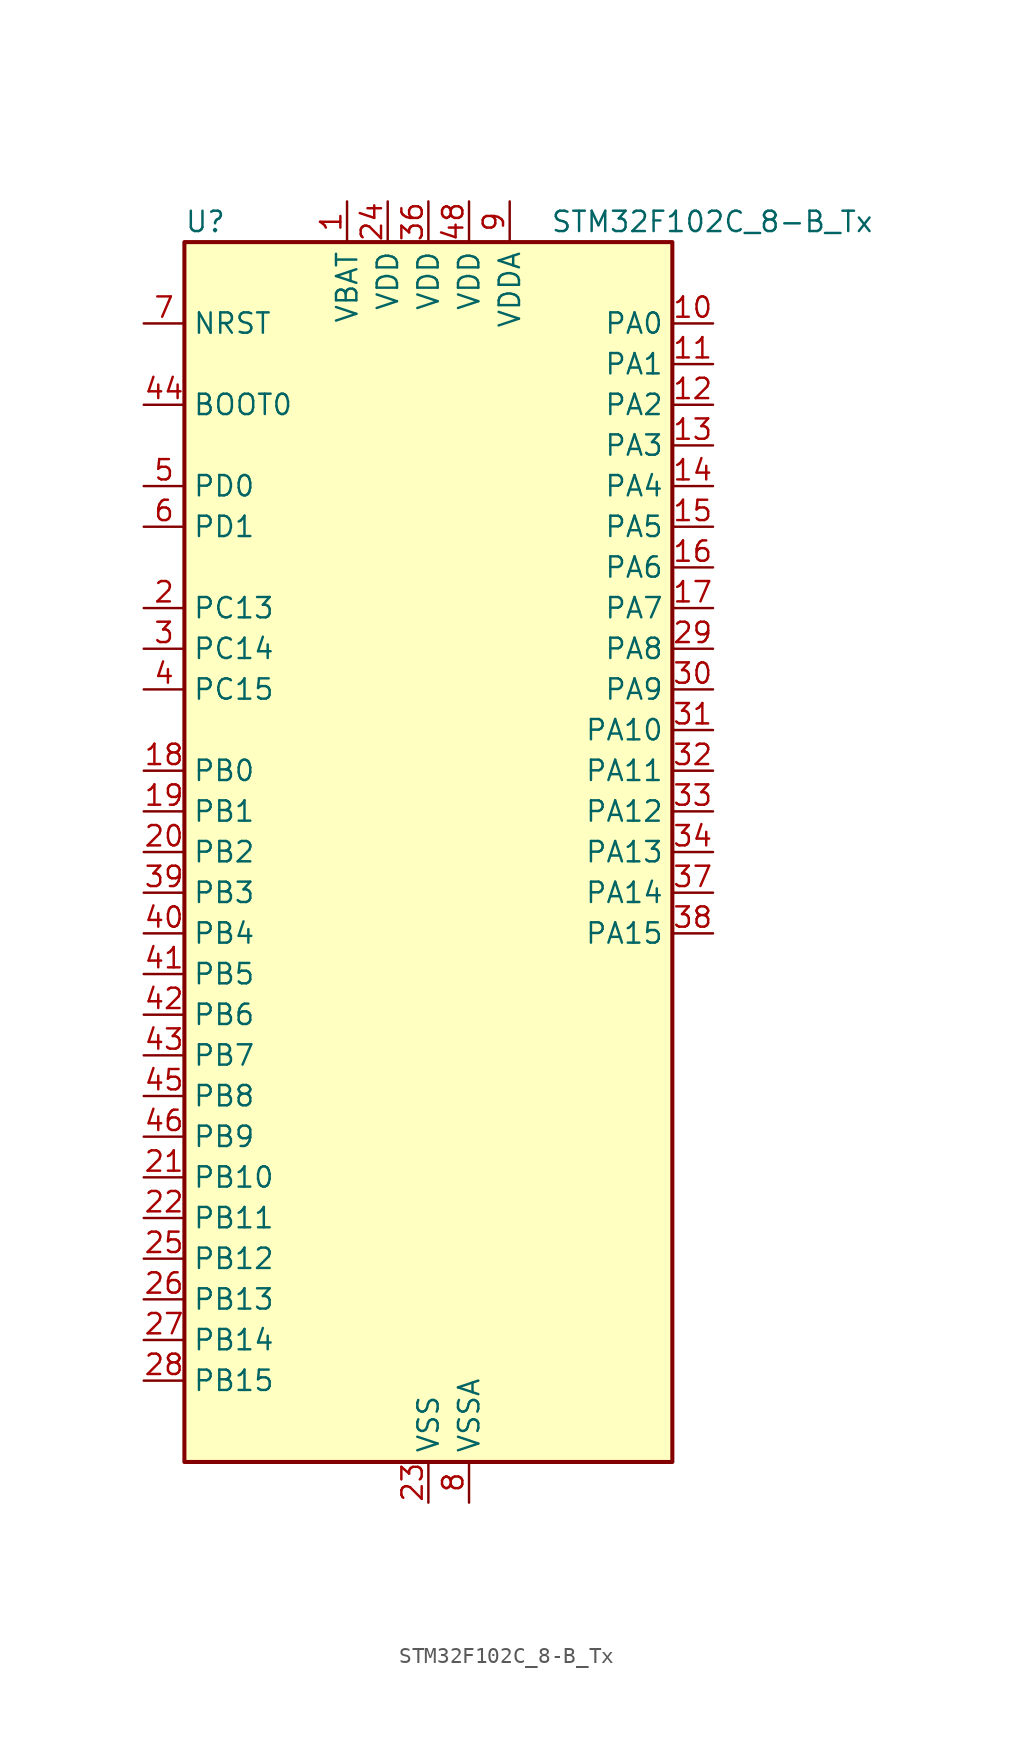
<source format=kicad_sym>
(kicad_symbol_lib
  (version 20241209)
  (generator "kicad_symbol_editor")
  (generator_version "9.0")
  (symbol "STM32F102C_8-B_Tx"
    (property "Reference" "U"
      (at -15.24 39.37 0)
      (effects (font (size 1.27 1.27)) (justify left)))
    (property "Value" "STM32F102C_8-B_Tx"
      (at 7.62 39.37 0)
      (effects (font (size 1.27 1.27)) (justify left)))
    (symbol "STM32F102C_8-B_Tx_0_1"
      (rectangle (start -15.24 -38.1) (end 15.24 38.1) (stroke (width 0.254) (type default)) (fill (type background))))
    (symbol "STM32F102C_8-B_Tx_1_1"
      (pin input line (at -17.78 33.02 0) (length 2.54) (name "NRST" (effects (font (size 1.27 1.27)))) (number "7" (effects (font (size 1.27 1.27)))))
      (pin input line (at -17.78 27.94 0) (length 2.54) (name "BOOT0" (effects (font (size 1.27 1.27)))) (number "44" (effects (font (size 1.27 1.27)))))
      (pin bidirectional line (at -17.78 22.86 0) (length 2.54) (name "PD0" (effects (font (size 1.27 1.27)))) (number "5" (effects (font (size 1.27 1.27)))) (alternate "RCC_OSC_IN" bidirectional line))
      (pin bidirectional line (at -17.78 20.32 0) (length 2.54) (name "PD1" (effects (font (size 1.27 1.27)))) (number "6" (effects (font (size 1.27 1.27)))) (alternate "RCC_OSC_OUT" bidirectional line))
      (pin bidirectional line (at -17.78 15.24 0) (length 2.54) (name "PC13" (effects (font (size 1.27 1.27)))) (number "2" (effects (font (size 1.27 1.27)))) (alternate "RTC_OUT" bidirectional line) (alternate "RTC_TAMPER" bidirectional line))
      (pin bidirectional line (at -17.78 12.7 0) (length 2.54) (name "PC14" (effects (font (size 1.27 1.27)))) (number "3" (effects (font (size 1.27 1.27)))) (alternate "RCC_OSC32_IN" bidirectional line))
      (pin bidirectional line (at -17.78 10.16 0) (length 2.54) (name "PC15" (effects (font (size 1.27 1.27)))) (number "4" (effects (font (size 1.27 1.27)))) (alternate "ADC1_EXTI15" bidirectional line) (alternate "RCC_OSC32_OUT" bidirectional line))
      (pin bidirectional line (at -17.78 5.08 0) (length 2.54) (name "PB0" (effects (font (size 1.27 1.27)))) (number "18" (effects (font (size 1.27 1.27)))) (alternate "ADC1_IN8" bidirectional line) (alternate "TIM3_CH3" bidirectional line))
      (pin bidirectional line (at -17.78 2.54 0) (length 2.54) (name "PB1" (effects (font (size 1.27 1.27)))) (number "19" (effects (font (size 1.27 1.27)))) (alternate "ADC1_IN9" bidirectional line) (alternate "TIM3_CH4" bidirectional line))
      (pin bidirectional line (at -17.78 0 0) (length 2.54) (name "PB2" (effects (font (size 1.27 1.27)))) (number "20" (effects (font (size 1.27 1.27)))))
      (pin bidirectional line (at -17.78 -2.54 0) (length 2.54) (name "PB3" (effects (font (size 1.27 1.27)))) (number "39" (effects (font (size 1.27 1.27)))) (alternate "SPI1_SCK" bidirectional line) (alternate "SYS_JTDO-TRACESWO" bidirectional line) (alternate "TIM2_CH2" bidirectional line))
      (pin bidirectional line (at -17.78 -5.08 0) (length 2.54) (name "PB4" (effects (font (size 1.27 1.27)))) (number "40" (effects (font (size 1.27 1.27)))) (alternate "SPI1_MISO" bidirectional line) (alternate "SYS_NJTRST" bidirectional line) (alternate "TIM3_CH1" bidirectional line))
      (pin bidirectional line (at -17.78 -7.62 0) (length 2.54) (name "PB5" (effects (font (size 1.27 1.27)))) (number "41" (effects (font (size 1.27 1.27)))) (alternate "I2C1_SMBA" bidirectional line) (alternate "SPI1_MOSI" bidirectional line) (alternate "TIM3_CH2" bidirectional line))
      (pin bidirectional line (at -17.78 -10.16 0) (length 2.54) (name "PB6" (effects (font (size 1.27 1.27)))) (number "42" (effects (font (size 1.27 1.27)))) (alternate "I2C1_SCL" bidirectional line) (alternate "TIM4_CH1" bidirectional line) (alternate "USART1_TX" bidirectional line))
      (pin bidirectional line (at -17.78 -12.7 0) (length 2.54) (name "PB7" (effects (font (size 1.27 1.27)))) (number "43" (effects (font (size 1.27 1.27)))) (alternate "I2C1_SDA" bidirectional line) (alternate "TIM4_CH2" bidirectional line) (alternate "USART1_RX" bidirectional line))
      (pin bidirectional line (at -17.78 -15.24 0) (length 2.54) (name "PB8" (effects (font (size 1.27 1.27)))) (number "45" (effects (font (size 1.27 1.27)))) (alternate "I2C1_SCL" bidirectional line) (alternate "TIM4_CH3" bidirectional line))
      (pin bidirectional line (at -17.78 -17.78 0) (length 2.54) (name "PB9" (effects (font (size 1.27 1.27)))) (number "46" (effects (font (size 1.27 1.27)))) (alternate "I2C1_SDA" bidirectional line) (alternate "TIM4_CH4" bidirectional line))
      (pin bidirectional line (at -17.78 -20.32 0) (length 2.54) (name "PB10" (effects (font (size 1.27 1.27)))) (number "21" (effects (font (size 1.27 1.27)))) (alternate "I2C2_SCL" bidirectional line) (alternate "TIM2_CH3" bidirectional line) (alternate "USART3_TX" bidirectional line))
      (pin bidirectional line (at -17.78 -22.86 0) (length 2.54) (name "PB11" (effects (font (size 1.27 1.27)))) (number "22" (effects (font (size 1.27 1.27)))) (alternate "ADC1_EXTI11" bidirectional line) (alternate "I2C2_SDA" bidirectional line) (alternate "TIM2_CH4" bidirectional line) (alternate "USART3_RX" bidirectional line))
      (pin bidirectional line (at -17.78 -25.4 0) (length 2.54) (name "PB12" (effects (font (size 1.27 1.27)))) (number "25" (effects (font (size 1.27 1.27)))) (alternate "I2C2_SMBA" bidirectional line) (alternate "SPI2_NSS" bidirectional line) (alternate "USART3_CK" bidirectional line))
      (pin bidirectional line (at -17.78 -27.94 0) (length 2.54) (name "PB13" (effects (font (size 1.27 1.27)))) (number "26" (effects (font (size 1.27 1.27)))) (alternate "SPI2_SCK" bidirectional line) (alternate "USART3_CTS" bidirectional line))
      (pin bidirectional line (at -17.78 -30.48 0) (length 2.54) (name "PB14" (effects (font (size 1.27 1.27)))) (number "27" (effects (font (size 1.27 1.27)))) (alternate "SPI2_MISO" bidirectional line) (alternate "USART3_RTS" bidirectional line))
      (pin bidirectional line (at -17.78 -33.02 0) (length 2.54) (name "PB15" (effects (font (size 1.27 1.27)))) (number "28" (effects (font (size 1.27 1.27)))) (alternate "ADC1_EXTI15" bidirectional line) (alternate "SPI2_MOSI" bidirectional line))
      (pin power_in line (at -5.08 40.64 270) (length 2.54) (name "VBAT" (effects (font (size 1.27 1.27)))) (number "1" (effects (font (size 1.27 1.27)))))
      (pin power_in line (at -2.54 40.64 270) (length 2.54) (name "VDD" (effects (font (size 1.27 1.27)))) (number "24" (effects (font (size 1.27 1.27)))))
      (pin power_in line (at 0 40.64 270) (length 2.54) (name "VDD" (effects (font (size 1.27 1.27)))) (number "36" (effects (font (size 1.27 1.27)))))
      (pin power_in line (at 0 -40.64 90) (length 2.54) (name "VSS" (effects (font (size 1.27 1.27)))) (number "23" (effects (font (size 1.27 1.27)))))
      (pin passive line (at 0 -40.64 90) (length 2.54) (hide yes) (name "VSS" (effects (font (size 1.27 1.27)))) (number "35" (effects (font (size 1.27 1.27)))))
      (pin passive line (at 0 -40.64 90) (length 2.54) (hide yes) (name "VSS" (effects (font (size 1.27 1.27)))) (number "47" (effects (font (size 1.27 1.27)))))
      (pin power_in line (at 2.54 40.64 270) (length 2.54) (name "VDD" (effects (font (size 1.27 1.27)))) (number "48" (effects (font (size 1.27 1.27)))))
      (pin power_in line (at 2.54 -40.64 90) (length 2.54) (name "VSSA" (effects (font (size 1.27 1.27)))) (number "8" (effects (font (size 1.27 1.27)))))
      (pin power_in line (at 5.08 40.64 270) (length 2.54) (name "VDDA" (effects (font (size 1.27 1.27)))) (number "9" (effects (font (size 1.27 1.27)))))
      (pin bidirectional line (at 17.78 33.02 180) (length 2.54) (name "PA0" (effects (font (size 1.27 1.27)))) (number "10" (effects (font (size 1.27 1.27)))) (alternate "ADC1_IN0" bidirectional line) (alternate "SYS_WKUP" bidirectional line) (alternate "TIM2_CH1" bidirectional line) (alternate "TIM2_ETR" bidirectional line) (alternate "USART2_CTS" bidirectional line))
      (pin bidirectional line (at 17.78 30.48 180) (length 2.54) (name "PA1" (effects (font (size 1.27 1.27)))) (number "11" (effects (font (size 1.27 1.27)))) (alternate "ADC1_IN1" bidirectional line) (alternate "TIM2_CH2" bidirectional line) (alternate "USART2_RTS" bidirectional line))
      (pin bidirectional line (at 17.78 27.94 180) (length 2.54) (name "PA2" (effects (font (size 1.27 1.27)))) (number "12" (effects (font (size 1.27 1.27)))) (alternate "ADC1_IN2" bidirectional line) (alternate "TIM2_CH3" bidirectional line) (alternate "USART2_TX" bidirectional line))
      (pin bidirectional line (at 17.78 25.4 180) (length 2.54) (name "PA3" (effects (font (size 1.27 1.27)))) (number "13" (effects (font (size 1.27 1.27)))) (alternate "ADC1_IN3" bidirectional line) (alternate "TIM2_CH4" bidirectional line) (alternate "USART2_RX" bidirectional line))
      (pin bidirectional line (at 17.78 22.86 180) (length 2.54) (name "PA4" (effects (font (size 1.27 1.27)))) (number "14" (effects (font (size 1.27 1.27)))) (alternate "ADC1_IN4" bidirectional line) (alternate "SPI1_NSS" bidirectional line) (alternate "USART2_CK" bidirectional line))
      (pin bidirectional line (at 17.78 20.32 180) (length 2.54) (name "PA5" (effects (font (size 1.27 1.27)))) (number "15" (effects (font (size 1.27 1.27)))) (alternate "ADC1_IN5" bidirectional line) (alternate "SPI1_SCK" bidirectional line))
      (pin bidirectional line (at 17.78 17.78 180) (length 2.54) (name "PA6" (effects (font (size 1.27 1.27)))) (number "16" (effects (font (size 1.27 1.27)))) (alternate "ADC1_IN6" bidirectional line) (alternate "SPI1_MISO" bidirectional line) (alternate "TIM3_CH1" bidirectional line))
      (pin bidirectional line (at 17.78 15.24 180) (length 2.54) (name "PA7" (effects (font (size 1.27 1.27)))) (number "17" (effects (font (size 1.27 1.27)))) (alternate "ADC1_IN7" bidirectional line) (alternate "SPI1_MOSI" bidirectional line) (alternate "TIM3_CH2" bidirectional line))
      (pin bidirectional line (at 17.78 12.7 180) (length 2.54) (name "PA8" (effects (font (size 1.27 1.27)))) (number "29" (effects (font (size 1.27 1.27)))) (alternate "RCC_MCO" bidirectional line) (alternate "USART1_CK" bidirectional line))
      (pin bidirectional line (at 17.78 10.16 180) (length 2.54) (name "PA9" (effects (font (size 1.27 1.27)))) (number "30" (effects (font (size 1.27 1.27)))) (alternate "USART1_TX" bidirectional line))
      (pin bidirectional line (at 17.78 7.62 180) (length 2.54) (name "PA10" (effects (font (size 1.27 1.27)))) (number "31" (effects (font (size 1.27 1.27)))) (alternate "USART1_RX" bidirectional line))
      (pin bidirectional line (at 17.78 5.08 180) (length 2.54) (name "PA11" (effects (font (size 1.27 1.27)))) (number "32" (effects (font (size 1.27 1.27)))) (alternate "ADC1_EXTI11" bidirectional line) (alternate "USART1_CTS" bidirectional line) (alternate "USB_DM" bidirectional line))
      (pin bidirectional line (at 17.78 2.54 180) (length 2.54) (name "PA12" (effects (font (size 1.27 1.27)))) (number "33" (effects (font (size 1.27 1.27)))) (alternate "USART1_RTS" bidirectional line) (alternate "USB_DP" bidirectional line))
      (pin bidirectional line (at 17.78 0 180) (length 2.54) (name "PA13" (effects (font (size 1.27 1.27)))) (number "34" (effects (font (size 1.27 1.27)))) (alternate "SYS_JTMS-SWDIO" bidirectional line))
      (pin bidirectional line (at 17.78 -2.54 180) (length 2.54) (name "PA14" (effects (font (size 1.27 1.27)))) (number "37" (effects (font (size 1.27 1.27)))) (alternate "SYS_JTCK-SWCLK" bidirectional line))
      (pin bidirectional line (at 17.78 -5.08 180) (length 2.54) (name "PA15" (effects (font (size 1.27 1.27)))) (number "38" (effects (font (size 1.27 1.27)))) (alternate "ADC1_EXTI15" bidirectional line) (alternate "SPI1_NSS" bidirectional line) (alternate "SYS_JTDI" bidirectional line) (alternate "TIM2_CH1" bidirectional line) (alternate "TIM2_ETR" bidirectional line)))))
</source>
